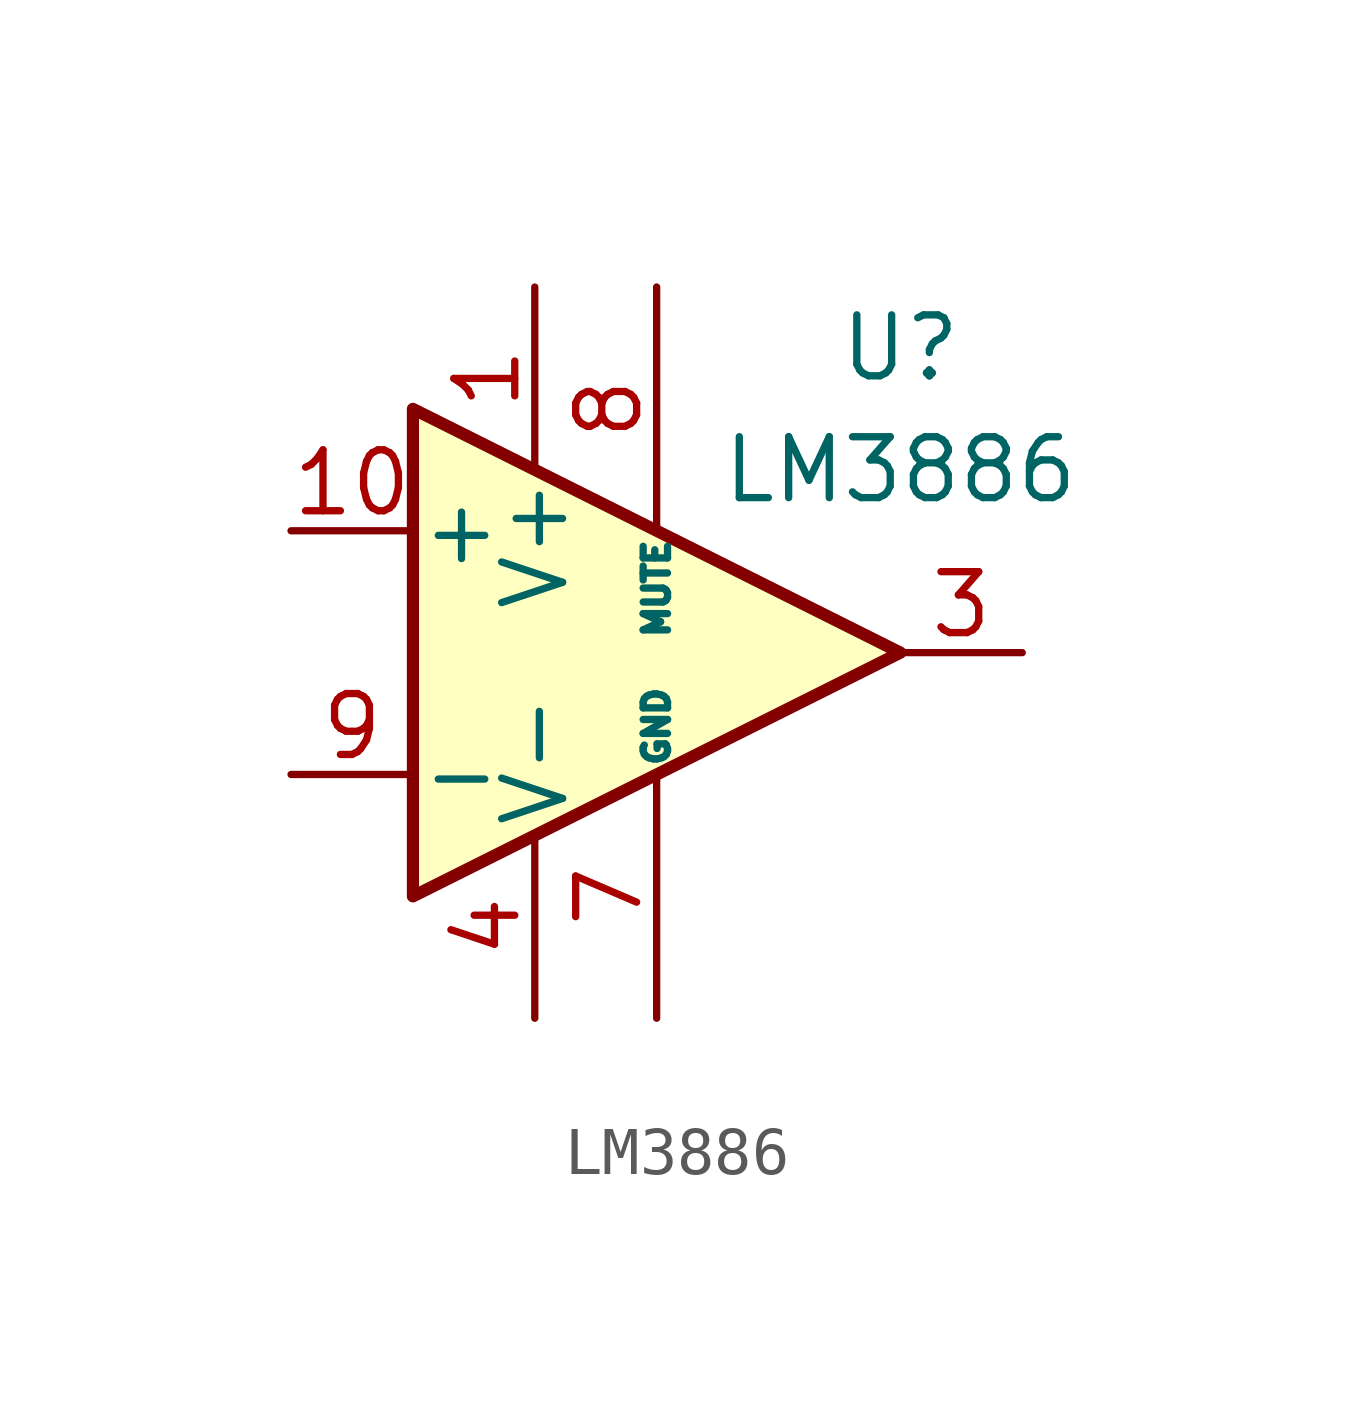
<source format=kicad_sym>
(kicad_symbol_lib
  (version 20241209)
  (generator "kicad_symbol_editor")
  (generator_version "9.0")
  (symbol "LM3886"
    (pin_names
      (offset 0.127))
    (property "Reference" "U"
      (at 5.08 6.35 0)
      (effects (font (size 1.27 1.27))))
    (property "Value" "LM3886"
      (at 5.08 3.81 0)
      (effects (font (size 1.27 1.27))))
    (symbol "LM3886_0_1"
      (polyline (pts (xy -5.08 5.08) (xy 5.08 0) (xy -5.08 -5.08) (xy -5.08 5.08)) (stroke (width 0.254) (type default)) (fill (type background))))
    (symbol "LM3886_1_1"
      (pin input line (at -7.62 2.54 0) (length 2.54) (name "+" (effects (font (size 1.27 1.27)))) (number "10" (effects (font (size 1.27 1.27)))))
      (pin input line (at -7.62 -2.54 0) (length 2.54) (name "-" (effects (font (size 1.27 1.27)))) (number "9" (effects (font (size 1.27 1.27)))))
      (pin no_connect line (at -5.08 5.08 270) (length 2.54) (hide yes) (name "NC" (effects (font (size 1.27 1.27)))) (number "11" (effects (font (size 1.27 1.27)))))
      (pin no_connect line (at -5.08 -5.08 90) (length 2.54) (hide yes) (name "NC" (effects (font (size 1.27 1.27)))) (number "6" (effects (font (size 1.27 1.27)))))
      (pin power_in line (at -2.54 7.62 270) (length 3.81) (name "V+" (effects (font (size 1.27 1.27)))) (number "1" (effects (font (size 1.27 1.27)))))
      (pin passive line (at -2.54 7.62 270) (length 3.81) (hide yes) (name "V+" (effects (font (size 1.27 1.27)))) (number "5" (effects (font (size 1.27 1.27)))))
      (pin no_connect line (at -2.54 3.81 270) (length 2.54) (hide yes) (name "NC" (effects (font (size 1.27 1.27)))) (number "2" (effects (font (size 1.27 1.27)))))
      (pin power_in line (at -2.54 -7.62 90) (length 3.81) (name "V-" (effects (font (size 1.27 1.27)))) (number "4" (effects (font (size 1.27 1.27)))))
      (pin input line (at 0 7.62 270) (length 5.08) (name "MUTE" (effects (font (size 0.508 0.508)))) (number "8" (effects (font (size 1.27 1.27)))))
      (pin power_in line (at 0 -7.62 90) (length 5.08) (name "GND" (effects (font (size 0.508 0.508)))) (number "7" (effects (font (size 1.27 1.27)))))
      (pin output line (at 7.62 0 180) (length 2.54) (name "~" (effects (font (size 1.27 1.27)))) (number "3" (effects (font (size 1.27 1.27))))))))
</source>
